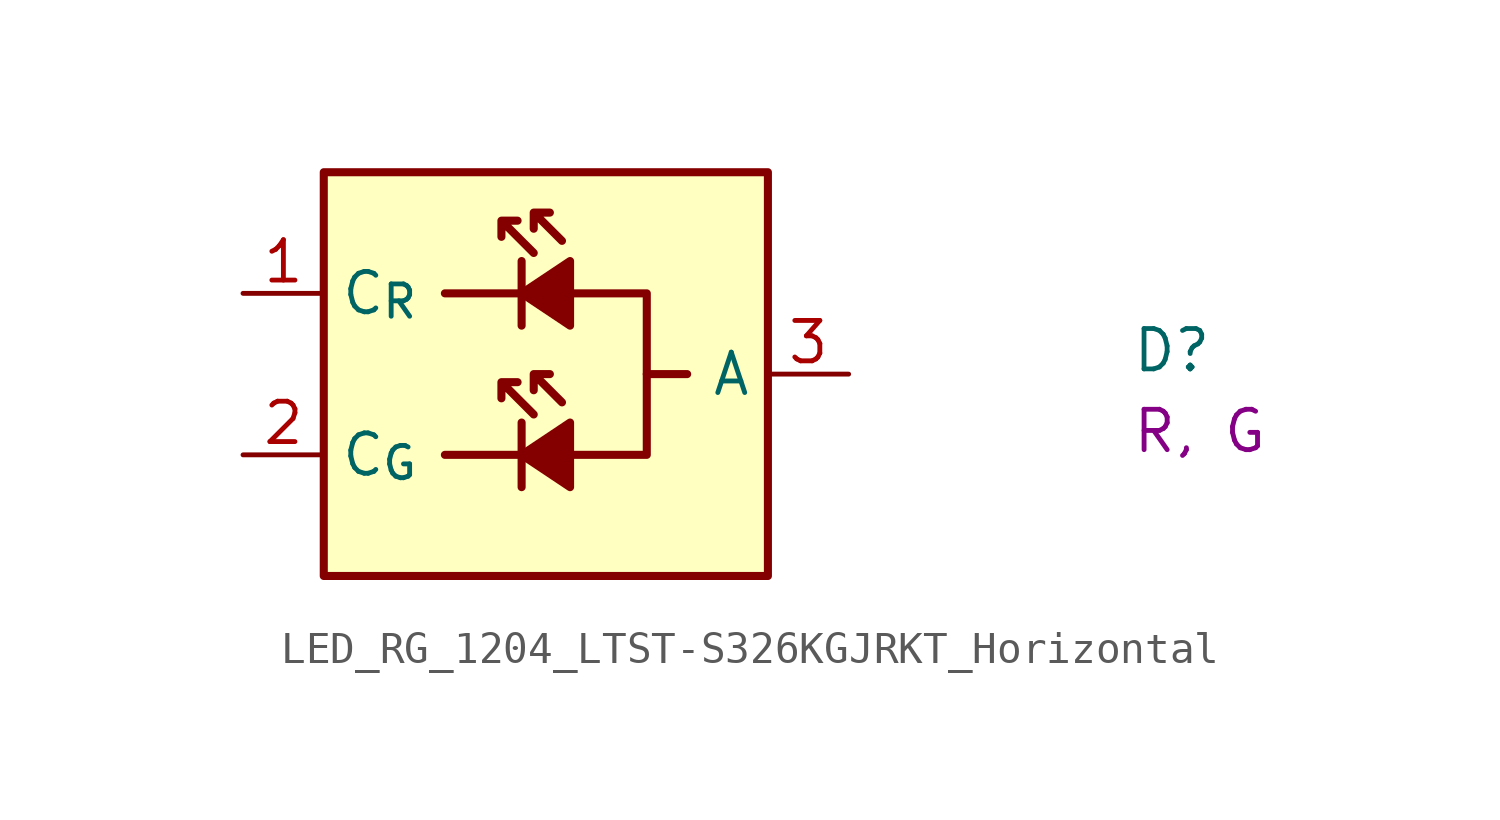
<source format=kicad_sym>
(kicad_symbol_lib
  (version 20220914)
  (generator kicad_symbol_editor)
  (symbol "LED_RG_1204_LTST-S326KGJRKT_Horizontal"
    (property "Reference" "D"
      (at 27.94 -2.54 0)
      (effects (font (size 1.27 1.27) (thickness 0.15)) (justify left bottom)))
    (property "Color" "R, G"
      (at 27.94 -5.08 0)
      (effects (font (size 1.27 1.27)) (justify left bottom)))
    (symbol "LED_RG_1204_LTST-S326KGJRKT_Horizontal_1_1"
      (polyline (pts (xy 6.35 -5.08) (xy 8.89 -5.08)) (stroke (width 0.254) (type default)) (fill (type none)))
      (polyline (pts (xy 6.35 0) (xy 8.89 0)) (stroke (width 0.254) (type default)) (fill (type none)))
      (polyline (pts (xy 8.763 -4.064) (xy 8.763 -6.096)) (stroke (width 0.254) (type default)) (fill (type none)))
      (polyline (pts (xy 8.763 1.016) (xy 8.763 -1.016)) (stroke (width 0.254) (type default)) (fill (type none)))
      (polyline (pts (xy 12.7 -2.54) (xy 13.97 -2.54)) (stroke (width 0.254) (type default)) (fill (type none)))
      (polyline (pts (xy 10.16 -5.08) (xy 12.7 -5.08) (xy 12.7 0) (xy 10.16 0)) (stroke (width 0.254) (type default)) (fill (type none)))
      (polyline (pts (xy 10.287 -4.064) (xy 10.287 -6.096) (xy 8.763 -5.08) (xy 10.287 -4.064)) (stroke (width 0.254) (type default)) (fill (type outline)))
      (polyline (pts (xy 10.287 1.016) (xy 10.287 -1.016) (xy 8.763 0) (xy 10.287 1.016)) (stroke (width 0.254) (type default)) (fill (type outline)))
      (polyline (pts (xy 8.128 -2.794) (xy 8.128 -3.302) (xy 8.128 -2.794) (xy 8.636 -2.794) (xy 8.128 -2.794) (xy 9.144 -3.81)) (stroke (width 0.254) (type default)) (fill (type none)))
      (polyline (pts (xy 8.128 2.286) (xy 8.128 1.778) (xy 8.128 2.286) (xy 8.636 2.286) (xy 8.128 2.286) (xy 9.144 1.27)) (stroke (width 0.254) (type default)) (fill (type none)))
      (polyline (pts (xy 9.144 -2.54) (xy 9.144 -3.048) (xy 9.144 -2.54) (xy 9.652 -2.54) (xy 9.144 -2.54) (xy 10.033 -3.429)) (stroke (width 0.254) (type default)) (fill (type none)))
      (polyline (pts (xy 9.144 2.54) (xy 9.144 2.032) (xy 9.144 2.54) (xy 9.652 2.54) (xy 9.144 2.54) (xy 10.033 1.651)) (stroke (width 0.254) (type default)) (fill (type none)))
      (rectangle (start 2.54 3.81) (end 16.51 -8.89) (stroke (width 0.254) (type default)) (fill (type background)))
      (pin passive line (at 0 0 0) (length 2.54) (name "C_{R}" (effects (font (size 1.27 1.27)))) (number "1" (effects (font (size 1.27 1.27)))))
      (pin passive line (at 0 -5.08 0) (length 2.54) (name "C_{G}" (effects (font (size 1.27 1.27)))) (number "2" (effects (font (size 1.27 1.27)))))
      (pin passive line (at 19.05 -2.54 180) (length 2.54) (name "A" (effects (font (size 1.27 1.27)))) (number "3" (effects (font (size 1.27 1.27))))))))
</source>
